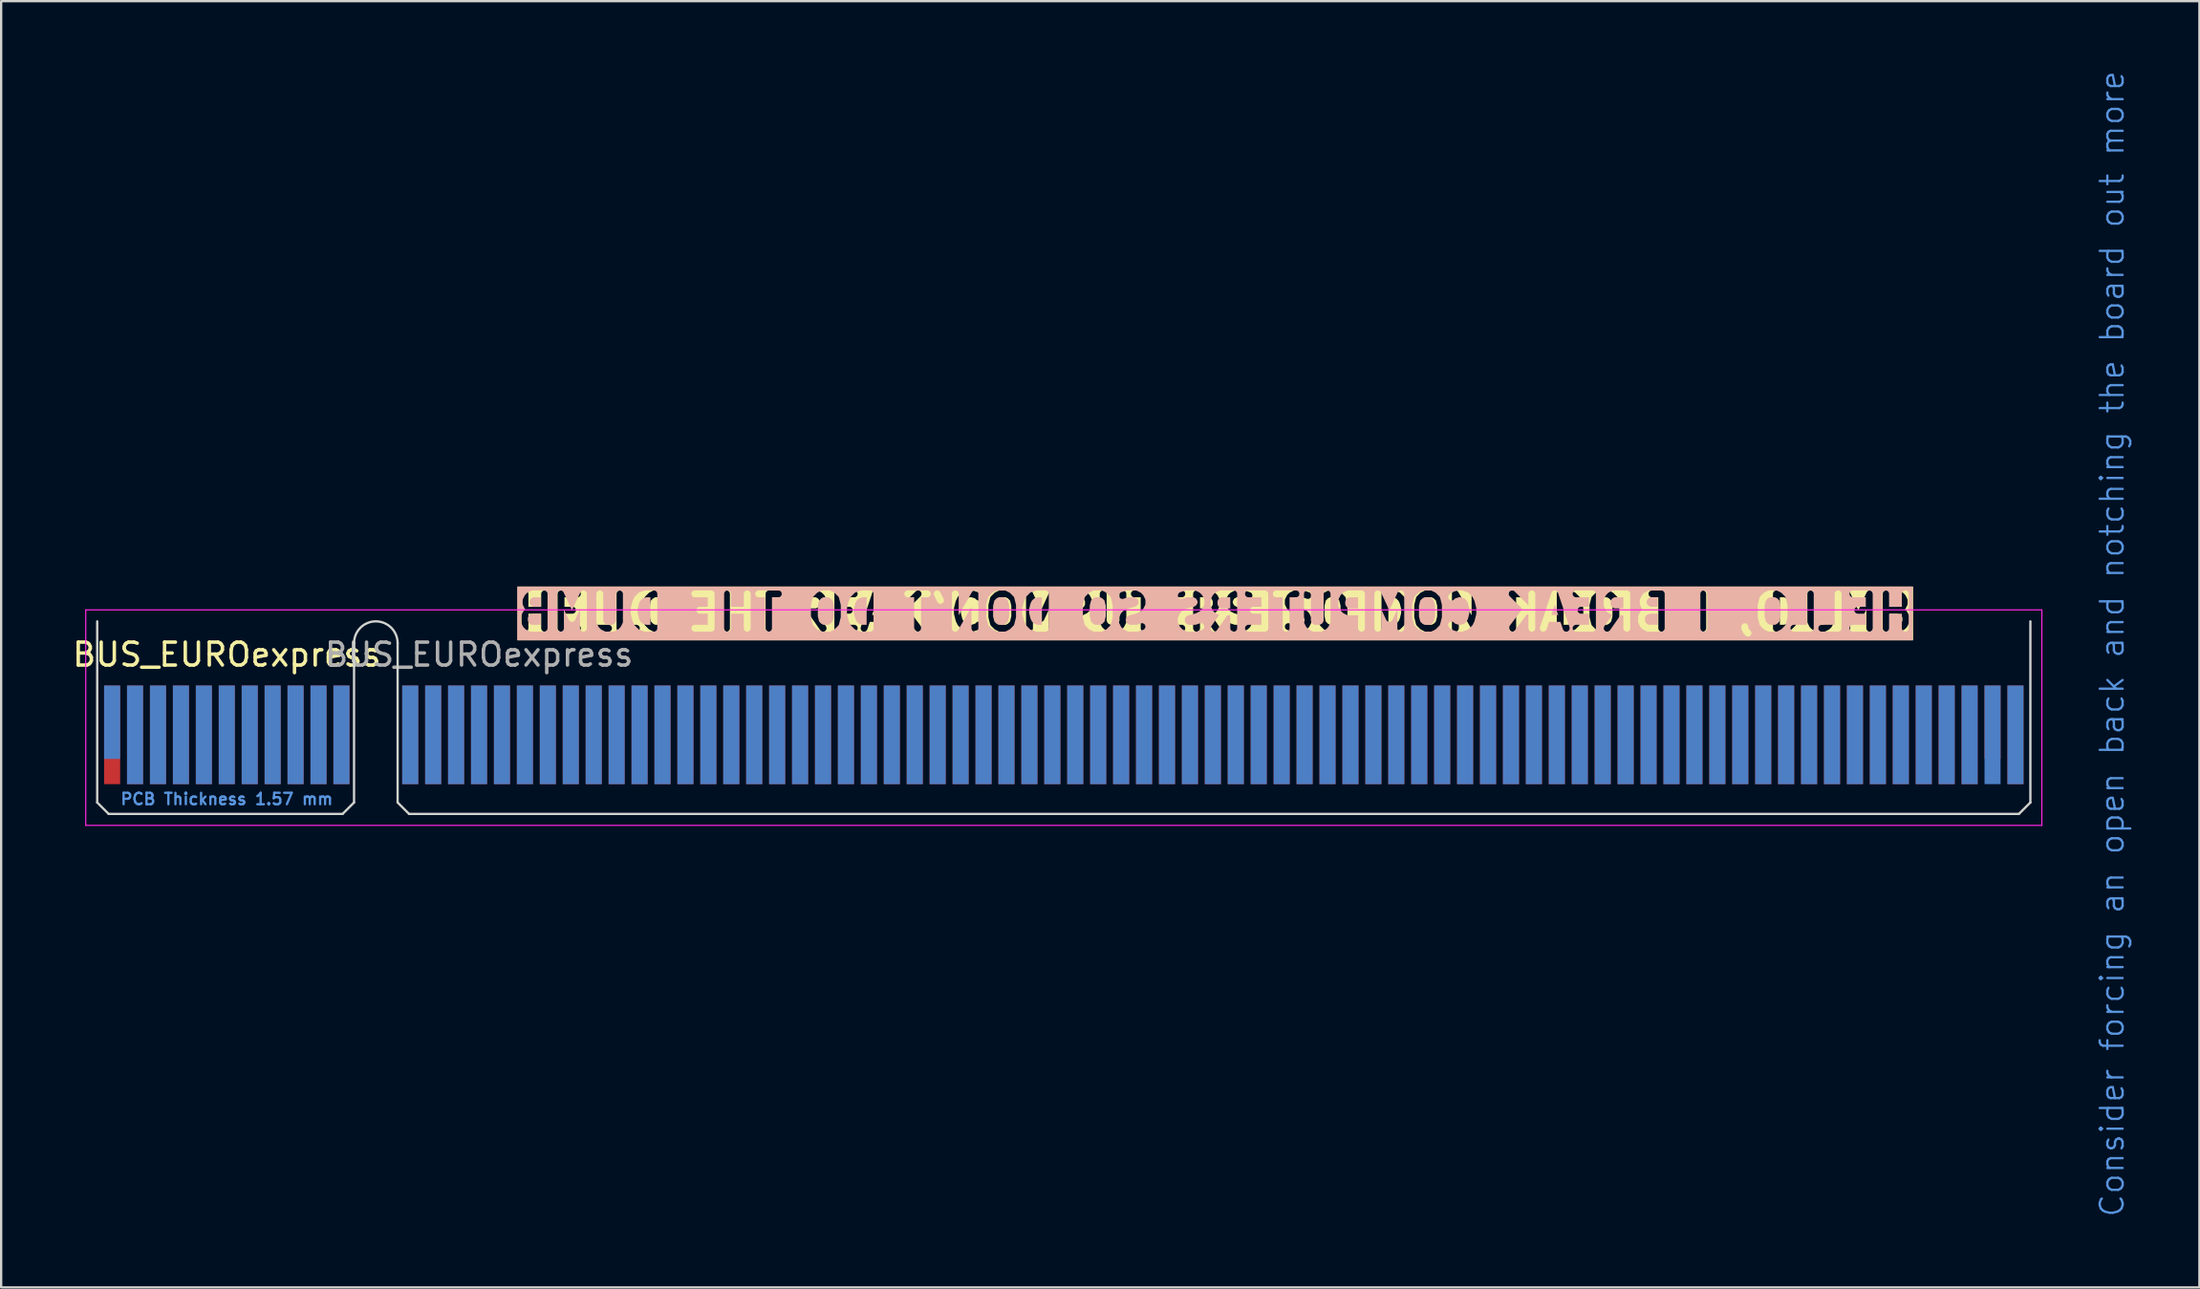
<source format=kicad_pcb>
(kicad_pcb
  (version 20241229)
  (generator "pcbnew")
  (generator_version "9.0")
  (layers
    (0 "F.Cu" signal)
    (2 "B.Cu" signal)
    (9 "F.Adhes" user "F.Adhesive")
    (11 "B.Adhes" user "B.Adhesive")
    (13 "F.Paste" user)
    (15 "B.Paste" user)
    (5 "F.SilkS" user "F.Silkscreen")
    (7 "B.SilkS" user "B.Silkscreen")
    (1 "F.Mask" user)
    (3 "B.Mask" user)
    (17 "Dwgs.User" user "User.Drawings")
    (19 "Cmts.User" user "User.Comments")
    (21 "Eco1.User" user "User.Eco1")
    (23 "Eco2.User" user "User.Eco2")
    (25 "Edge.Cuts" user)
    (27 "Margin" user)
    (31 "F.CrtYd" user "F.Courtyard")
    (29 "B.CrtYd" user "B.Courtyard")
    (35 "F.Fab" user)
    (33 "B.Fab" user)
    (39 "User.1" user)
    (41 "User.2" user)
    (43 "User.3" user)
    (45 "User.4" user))
  (footprint "BUS_EUROexpress"
    (layer "F.Cu")
    (at 1.839 29)
    (property "Reference" "BUS_EUROexpress" (at 5 -3.5 0) (layer "F.SilkS") (effects (font (size 1 1) (thickness 0.15))))
    (attr exclude_from_pos_files exclude_from_bom)
    (fp_line (start -0.65 -4.95) (end -0.65 2.95) (stroke (width 0.1) (type solid)) (layer "Edge.Cuts"))
    (fp_line (start -0.65 2.95) (end -0.15 3.45) (stroke (width 0.1) (type solid)) (layer "Edge.Cuts"))
    (fp_line (start -0.15 3.45) (end 10.05 3.45) (stroke (width 0.1) (type solid)) (layer "Edge.Cuts"))
    (fp_line (start 10.55 -4) (end 10.55 2.95) (stroke (width 0.1) (type solid)) (layer "Edge.Cuts"))
    (fp_line (start 10.55 2.95) (end 10.05 3.45) (stroke (width 0.1) (type solid)) (layer "Edge.Cuts"))
    (fp_line (start 12.45 -4) (end 12.45 2.95) (stroke (width 0.1) (type solid)) (layer "Edge.Cuts"))
    (fp_line (start 12.45 2.95) (end 12.95 3.45) (stroke (width 0.1) (type solid)) (layer "Edge.Cuts"))
    (fp_line (start 12.95 3.45) (end 83.15 3.45) (stroke (width 0.1) (type solid)) (layer "Edge.Cuts"))
    (fp_line (start 83.65 -4.95) (end 83.65 2.95) (stroke (width 0.1) (type solid)) (layer "Edge.Cuts"))
    (fp_line (start 83.65 2.95) (end 83.15 3.45) (stroke (width 0.1) (type solid)) (layer "Edge.Cuts"))
    (fp_arc (start 10.55 -4) (mid 11.5 -4.95) (end 12.45 -4) (stroke (width 0.1) (type solid)) (layer "Edge.Cuts"))
    (fp_line (start -1.15 -5.45) (end -1.15 3.95) (stroke (width 0.05) (type solid)) (layer "F.CrtYd"))
    (fp_line (start -1.15 -5.45) (end 84.15 -5.45) (stroke (width 0.05) (type solid)) (layer "F.CrtYd"))
    (fp_line (start 84.15 3.95) (end -1.15 3.95) (stroke (width 0.05) (type solid)) (layer "F.CrtYd"))
    (fp_line (start 84.15 3.95) (end 84.15 -5.45) (stroke (width 0.05) (type solid)) (layer "F.CrtYd"))
    (fp_text user "HELLO, I BREAK COMPUTERS SO DON'T DO THE DUMB" (at 17.45 -4.45 0) (unlocked yes) (layer "F.SilkS" knockout) (effects (font (size 1.5 1.5) (thickness 0.3) (bold yes)) (justify left bottom)))
    (fp_text user "HELLO, I BREAK COMPUTERS SO DON'T DO THE DUMB" (at 78.75 -4.45 0) (unlocked yes) (layer "B.SilkS" knockout) (effects (font (size 1.5 1.5) (thickness 0.3) (bold yes)) (justify left bottom mirror)))
    (fp_text user "PCB Thickness 1.57 mm" (at 5 2.8 180) (layer "Cmts.User") (effects (font (size 0.5 0.5) (thickness 0.1))))
    (fp_text user "Consider forcing an open back and notching the board out more" (at 87.8 21.1 90) (unlocked yes) (layer "Cmts.User") (effects (font (size 1 1) (thickness 0.1)) (justify left bottom)))
    (fp_text user "${REFERENCE}" (at 16 -3.5 0) (layer "F.Fab") (effects (font (size 1 1) (thickness 0.15))))
    (pad "A1" connect rect (at 0 -0.55) (size 0.7 3.2) (layers "B.Cu" "B.Mask"))
    (pad "A2" connect rect (at 1 0) (size 0.7 4.3) (layers "B.Cu" "B.Mask"))
    (pad "A3" connect rect (at 2 0) (size 0.7 4.3) (layers "B.Cu" "B.Mask"))
    (pad "A4" connect rect (at 3 0) (size 0.7 4.3) (layers "B.Cu" "B.Mask"))
    (pad "A5" connect rect (at 4 0) (size 0.7 4.3) (layers "B.Cu" "B.Mask"))
    (pad "A6" connect rect (at 5 0) (size 0.7 4.3) (layers "B.Cu" "B.Mask"))
    (pad "A7" connect rect (at 6 0) (size 0.7 4.3) (layers "B.Cu" "B.Mask"))
    (pad "A8" connect rect (at 7 0) (size 0.7 4.3) (layers "B.Cu" "B.Mask"))
    (pad "A9" connect rect (at 8 0) (size 0.7 4.3) (layers "B.Cu" "B.Mask"))
    (pad "A10" connect rect (at 9 0) (size 0.7 4.3) (layers "B.Cu" "B.Mask"))
    (pad "A11" connect rect (at 10 0) (size 0.7 4.3) (layers "B.Cu" "B.Mask"))
    (pad "A12" connect rect (at 13 0) (size 0.7 4.3) (layers "B.Cu" "B.Mask"))
    (pad "A13" connect rect (at 14 0) (size 0.7 4.3) (layers "B.Cu" "B.Mask"))
    (pad "A14" connect rect (at 15 0) (size 0.7 4.3) (layers "B.Cu" "B.Mask"))
    (pad "A15" connect rect (at 16 0) (size 0.7 4.3) (layers "B.Cu" "B.Mask"))
    (pad "A16" connect rect (at 17 0) (size 0.7 4.3) (layers "B.Cu" "B.Mask"))
    (pad "A17" connect rect (at 18 0) (size 0.7 4.3) (layers "B.Cu" "B.Mask"))
    (pad "A18" connect rect (at 19 0) (size 0.7 4.3) (layers "B.Cu" "B.Mask"))
    (pad "A19" connect rect (at 20 0) (size 0.7 4.3) (layers "B.Cu" "B.Mask"))
    (pad "A20" connect rect (at 21 0) (size 0.7 4.3) (layers "B.Cu" "B.Mask"))
    (pad "A21" connect rect (at 22 0) (size 0.7 4.3) (layers "B.Cu" "B.Mask"))
    (pad "A22" connect rect (at 23 0) (size 0.7 4.3) (layers "B.Cu" "B.Mask"))
    (pad "A23" connect rect (at 24 0) (size 0.7 4.3) (layers "B.Cu" "B.Mask"))
    (pad "A24" connect rect (at 25 0) (size 0.7 4.3) (layers "B.Cu" "B.Mask"))
    (pad "A25" connect rect (at 26 0) (size 0.7 4.3) (layers "B.Cu" "B.Mask"))
    (pad "A26" connect rect (at 27 0) (size 0.7 4.3) (layers "B.Cu" "B.Mask"))
    (pad "A27" connect rect (at 28 0) (size 0.7 4.3) (layers "B.Cu" "B.Mask"))
    (pad "A28" connect rect (at 29 0) (size 0.7 4.3) (layers "B.Cu" "B.Mask"))
    (pad "A29" connect rect (at 30 0) (size 0.7 4.3) (layers "B.Cu" "B.Mask"))
    (pad "A30" connect rect (at 31 0) (size 0.7 4.3) (layers "B.Cu" "B.Mask"))
    (pad "A31" connect rect (at 32 0) (size 0.7 4.3) (layers "B.Cu" "B.Mask"))
    (pad "A32" connect rect (at 33 0) (size 0.7 4.3) (layers "B.Cu" "B.Mask"))
    (pad "A33" connect rect (at 34 0) (size 0.7 4.3) (layers "B.Cu" "B.Mask"))
    (pad "A34" connect rect (at 35 0) (size 0.7 4.3) (layers "B.Cu" "B.Mask"))
    (pad "A35" connect rect (at 36 0) (size 0.7 4.3) (layers "B.Cu" "B.Mask"))
    (pad "A36" connect rect (at 37 0) (size 0.7 4.3) (layers "B.Cu" "B.Mask"))
    (pad "A37" connect rect (at 38 0) (size 0.7 4.3) (layers "B.Cu" "B.Mask"))
    (pad "A38" connect rect (at 39 0) (size 0.7 4.3) (layers "B.Cu" "B.Mask"))
    (pad "A39" connect rect (at 40 0) (size 0.7 4.3) (layers "B.Cu" "B.Mask"))
    (pad "A40" connect rect (at 41 0) (size 0.7 4.3) (layers "B.Cu" "B.Mask"))
    (pad "A41" connect rect (at 42 0) (size 0.7 4.3) (layers "B.Cu" "B.Mask"))
    (pad "A42" connect rect (at 43 0) (size 0.7 4.3) (layers "B.Cu" "B.Mask"))
    (pad "A43" connect rect (at 44 0) (size 0.7 4.3) (layers "B.Cu" "B.Mask"))
    (pad "A44" connect rect (at 45 0) (size 0.7 4.3) (layers "B.Cu" "B.Mask"))
    (pad "A45" connect rect (at 46 0) (size 0.7 4.3) (layers "B.Cu" "B.Mask"))
    (pad "A46" connect rect (at 47 0) (size 0.7 4.3) (layers "B.Cu" "B.Mask"))
    (pad "A47" connect rect (at 48 0) (size 0.7 4.3) (layers "B.Cu" "B.Mask"))
    (pad "A48" connect rect (at 49 0) (size 0.7 4.3) (layers "B.Cu" "B.Mask"))
    (pad "A49" connect rect (at 50 0) (size 0.7 4.3) (layers "B.Cu" "B.Mask"))
    (pad "A50" connect rect (at 51 0) (size 0.7 4.3) (layers "B.Cu" "B.Mask"))
    (pad "A51" connect rect (at 52 0) (size 0.7 4.3) (layers "B.Cu" "B.Mask"))
    (pad "A52" connect rect (at 53 0) (size 0.7 4.3) (layers "B.Cu" "B.Mask"))
    (pad "A53" connect rect (at 54 0) (size 0.7 4.3) (layers "B.Cu" "B.Mask"))
    (pad "A54" connect rect (at 55 0) (size 0.7 4.3) (layers "B.Cu" "B.Mask"))
    (pad "A55" connect rect (at 56 0) (size 0.7 4.3) (layers "B.Cu" "B.Mask"))
    (pad "A56" connect rect (at 57 0) (size 0.7 4.3) (layers "B.Cu" "B.Mask"))
    (pad "A57" connect rect (at 58 0) (size 0.7 4.3) (layers "B.Cu" "B.Mask"))
    (pad "A58" connect rect (at 59 0) (size 0.7 4.3) (layers "B.Cu" "B.Mask"))
    (pad "A59" connect rect (at 60 0) (size 0.7 4.3) (layers "B.Cu" "B.Mask"))
    (pad "A60" connect rect (at 61 0) (size 0.7 4.3) (layers "B.Cu" "B.Mask"))
    (pad "A61" connect rect (at 62 0) (size 0.7 4.3) (layers "B.Cu" "B.Mask"))
    (pad "A62" connect rect (at 63 0) (size 0.7 4.3) (layers "B.Cu" "B.Mask"))
    (pad "A63" connect rect (at 64 0) (size 0.7 4.3) (layers "B.Cu" "B.Mask"))
    (pad "A64" connect rect (at 65 0) (size 0.7 4.3) (layers "B.Cu" "B.Mask"))
    (pad "A65" connect rect (at 66 0) (size 0.7 4.3) (layers "B.Cu" "B.Mask"))
    (pad "A66" connect rect (at 67 0) (size 0.7 4.3) (layers "B.Cu" "B.Mask"))
    (pad "A67" connect rect (at 68 0) (size 0.7 4.3) (layers "B.Cu" "B.Mask"))
    (pad "A68" connect rect (at 69 0) (size 0.7 4.3) (layers "B.Cu" "B.Mask"))
    (pad "A69" connect rect (at 70 0) (size 0.7 4.3) (layers "B.Cu" "B.Mask"))
    (pad "A70" connect rect (at 71 0) (size 0.7 4.3) (layers "B.Cu" "B.Mask"))
    (pad "A71" connect rect (at 72 0) (size 0.7 4.3) (layers "B.Cu" "B.Mask"))
    (pad "A72" connect rect (at 73 0) (size 0.7 4.3) (layers "B.Cu" "B.Mask"))
    (pad "A73" connect rect (at 74 0) (size 0.7 4.3) (layers "B.Cu" "B.Mask"))
    (pad "A74" connect rect (at 75 0) (size 0.7 4.3) (layers "B.Cu" "B.Mask"))
    (pad "A75" connect rect (at 76 0) (size 0.7 4.3) (layers "B.Cu" "B.Mask"))
    (pad "A76" connect rect (at 77 0) (size 0.7 4.3) (layers "B.Cu" "B.Mask"))
    (pad "A77" connect rect (at 78 0) (size 0.7 4.3) (layers "B.Cu" "B.Mask"))
    (pad "A78" connect rect (at 79 0) (size 0.7 4.3) (layers "B.Cu" "B.Mask"))
    (pad "A79" connect rect (at 80 0) (size 0.7 4.3) (layers "B.Cu" "B.Mask"))
    (pad "A80" connect rect (at 81 0) (size 0.7 4.3) (layers "B.Cu" "B.Mask"))
    (pad "A81" connect rect (at 82 0) (size 0.7 4.3) (layers "B.Cu" "B.Mask"))
    (pad "A82" connect rect (at 83 0) (size 0.7 4.3) (layers "B.Cu" "B.Mask"))
    (pad "B1" connect rect (at 0 0) (size 0.7 4.3) (layers "F.Cu" "F.Mask"))
    (pad "B2" connect rect (at 1 0) (size 0.7 4.3) (layers "F.Cu" "F.Mask"))
    (pad "B3" connect rect (at 2 0) (size 0.7 4.3) (layers "F.Cu" "F.Mask"))
    (pad "B4" connect rect (at 3 0) (size 0.7 4.3) (layers "F.Cu" "F.Mask"))
    (pad "B5" connect rect (at 4 0) (size 0.7 4.3) (layers "F.Cu" "F.Mask"))
    (pad "B6" connect rect (at 5 0) (size 0.7 4.3) (layers "F.Cu" "F.Mask"))
    (pad "B7" connect rect (at 6 0) (size 0.7 4.3) (layers "F.Cu" "F.Mask"))
    (pad "B8" connect rect (at 7 0) (size 0.7 4.3) (layers "F.Cu" "F.Mask"))
    (pad "B9" connect rect (at 8 0) (size 0.7 4.3) (layers "F.Cu" "F.Mask"))
    (pad "B10" connect rect (at 9 0) (size 0.7 4.3) (layers "F.Cu" "F.Mask"))
    (pad "B11" connect rect (at 10 0) (size 0.7 4.3) (layers "F.Cu" "F.Mask"))
    (pad "B12" connect rect (at 13 0) (size 0.7 4.3) (layers "F.Cu" "F.Mask"))
    (pad "B13" connect rect (at 14 0) (size 0.7 4.3) (layers "F.Cu" "F.Mask"))
    (pad "B14" connect rect (at 15 0) (size 0.7 4.3) (layers "F.Cu" "F.Mask"))
    (pad "B15" connect rect (at 16 0) (size 0.7 4.3) (layers "F.Cu" "F.Mask"))
    (pad "B16" connect rect (at 17 0) (size 0.7 4.3) (layers "F.Cu" "F.Mask"))
    (pad "B17" connect rect (at 18 0) (size 0.7 4.3) (layers "F.Cu" "F.Mask"))
    (pad "B18" connect rect (at 19 0) (size 0.7 4.3) (layers "F.Cu" "F.Mask"))
    (pad "B19" connect rect (at 20 0) (size 0.7 4.3) (layers "F.Cu" "F.Mask"))
    (pad "B20" connect rect (at 21 0) (size 0.7 4.3) (layers "F.Cu" "F.Mask"))
    (pad "B21" connect rect (at 22 0) (size 0.7 4.3) (layers "F.Cu" "F.Mask"))
    (pad "B22" connect rect (at 23 0) (size 0.7 4.3) (layers "F.Cu" "F.Mask"))
    (pad "B23" connect rect (at 24 0) (size 0.7 4.3) (layers "F.Cu" "F.Mask"))
    (pad "B24" connect rect (at 25 0) (size 0.7 4.3) (layers "F.Cu" "F.Mask"))
    (pad "B25" connect rect (at 26 0) (size 0.7 4.3) (layers "F.Cu" "F.Mask"))
    (pad "B26" connect rect (at 27 0) (size 0.7 4.3) (layers "F.Cu" "F.Mask"))
    (pad "B27" connect rect (at 28 0) (size 0.7 4.3) (layers "F.Cu" "F.Mask"))
    (pad "B28" connect rect (at 29 0) (size 0.7 4.3) (layers "F.Cu" "F.Mask"))
    (pad "B29" connect rect (at 30 0) (size 0.7 4.3) (layers "F.Cu" "F.Mask"))
    (pad "B30" connect rect (at 31 0) (size 0.7 4.3) (layers "F.Cu" "F.Mask"))
    (pad "B31" connect rect (at 32 0) (size 0.7 4.3) (layers "F.Cu" "F.Mask"))
    (pad "B32" connect rect (at 33 0) (size 0.7 4.3) (layers "F.Cu" "F.Mask"))
    (pad "B33" connect rect (at 34 0) (size 0.7 4.3) (layers "F.Cu" "F.Mask"))
    (pad "B34" connect rect (at 35 0) (size 0.7 4.3) (layers "F.Cu" "F.Mask"))
    (pad "B35" connect rect (at 36 0) (size 0.7 4.3) (layers "F.Cu" "F.Mask"))
    (pad "B36" connect rect (at 37 0) (size 0.7 4.3) (layers "F.Cu" "F.Mask"))
    (pad "B37" connect rect (at 38 0) (size 0.7 4.3) (layers "F.Cu" "F.Mask"))
    (pad "B38" connect rect (at 39 0) (size 0.7 4.3) (layers "F.Cu" "F.Mask"))
    (pad "B39" connect rect (at 40 0) (size 0.7 4.3) (layers "F.Cu" "F.Mask"))
    (pad "B40" connect rect (at 41 0) (size 0.7 4.3) (layers "F.Cu" "F.Mask"))
    (pad "B41" connect rect (at 42 0) (size 0.7 4.3) (layers "F.Cu" "F.Mask"))
    (pad "B42" connect rect (at 43 0) (size 0.7 4.3) (layers "F.Cu" "F.Mask"))
    (pad "B43" connect rect (at 44 0) (size 0.7 4.3) (layers "F.Cu" "F.Mask"))
    (pad "B44" connect rect (at 45 0) (size 0.7 4.3) (layers "F.Cu" "F.Mask"))
    (pad "B45" connect rect (at 46 0) (size 0.7 4.3) (layers "F.Cu" "F.Mask"))
    (pad "B46" connect rect (at 47 0) (size 0.7 4.3) (layers "F.Cu" "F.Mask"))
    (pad "B47" connect rect (at 48 0) (size 0.7 4.3) (layers "F.Cu" "F.Mask"))
    (pad "B48" connect rect (at 49 0) (size 0.7 4.3) (layers "F.Cu" "F.Mask"))
    (pad "B49" connect rect (at 50 0) (size 0.7 4.3) (layers "F.Cu" "F.Mask"))
    (pad "B50" connect rect (at 51 0) (size 0.7 4.3) (layers "F.Cu" "F.Mask"))
    (pad "B51" connect rect (at 52 0) (size 0.7 4.3) (layers "F.Cu" "F.Mask"))
    (pad "B52" connect rect (at 53 0) (size 0.7 4.3) (layers "F.Cu" "F.Mask"))
    (pad "B53" connect rect (at 54 0) (size 0.7 4.3) (layers "F.Cu" "F.Mask"))
    (pad "B54" connect rect (at 55 0) (size 0.7 4.3) (layers "F.Cu" "F.Mask"))
    (pad "B55" connect rect (at 56 0) (size 0.7 4.3) (layers "F.Cu" "F.Mask"))
    (pad "B56" connect rect (at 57 0) (size 0.7 4.3) (layers "F.Cu" "F.Mask"))
    (pad "B57" connect rect (at 58 0) (size 0.7 4.3) (layers "F.Cu" "F.Mask"))
    (pad "B58" connect rect (at 59 0) (size 0.7 4.3) (layers "F.Cu" "F.Mask"))
    (pad "B59" connect rect (at 60 0) (size 0.7 4.3) (layers "F.Cu" "F.Mask"))
    (pad "B60" connect rect (at 61 0) (size 0.7 4.3) (layers "F.Cu" "F.Mask"))
    (pad "B61" connect rect (at 62 0) (size 0.7 4.3) (layers "F.Cu" "F.Mask"))
    (pad "B62" connect rect (at 63 0) (size 0.7 4.3) (layers "F.Cu" "F.Mask"))
    (pad "B63" connect rect (at 64 0) (size 0.7 4.3) (layers "F.Cu" "F.Mask"))
    (pad "B64" connect rect (at 65 0) (size 0.7 4.3) (layers "F.Cu" "F.Mask"))
    (pad "B65" connect rect (at 66 0) (size 0.7 4.3) (layers "F.Cu" "F.Mask"))
    (pad "B66" connect rect (at 67 0) (size 0.7 4.3) (layers "F.Cu" "F.Mask"))
    (pad "B67" connect rect (at 68 0) (size 0.7 4.3) (layers "F.Cu" "F.Mask"))
    (pad "B68" connect rect (at 69 0) (size 0.7 4.3) (layers "F.Cu" "F.Mask"))
    (pad "B69" connect rect (at 70 0) (size 0.7 4.3) (layers "F.Cu" "F.Mask"))
    (pad "B70" connect rect (at 71 0) (size 0.7 4.3) (layers "F.Cu" "F.Mask"))
    (pad "B71" connect rect (at 72 0) (size 0.7 4.3) (layers "F.Cu" "F.Mask"))
    (pad "B72" connect rect (at 73 0) (size 0.7 4.3) (layers "F.Cu" "F.Mask"))
    (pad "B73" connect rect (at 74 0) (size 0.7 4.3) (layers "F.Cu" "F.Mask"))
    (pad "B74" connect rect (at 75 0) (size 0.7 4.3) (layers "F.Cu" "F.Mask"))
    (pad "B75" connect rect (at 76 0) (size 0.7 4.3) (layers "F.Cu" "F.Mask"))
    (pad "B76" connect rect (at 77 0) (size 0.7 4.3) (layers "F.Cu" "F.Mask"))
    (pad "B77" connect rect (at 78 0) (size 0.7 4.3) (layers "F.Cu" "F.Mask"))
    (pad "B78" connect rect (at 79 0) (size 0.7 4.3) (layers "F.Cu" "F.Mask"))
    (pad "B79" connect rect (at 80 0) (size 0.7 4.3) (layers "F.Cu" "F.Mask"))
    (pad "B80" connect rect (at 81 0) (size 0.7 4.3) (layers "F.Cu" "F.Mask"))
    (pad "B81" connect rect (at 82 -0.55) (size 0.7 3.2) (layers "F.Cu" "F.Mask"))
    (pad "B82" connect rect (at 83 0) (size 0.7 4.3) (layers "F.Cu" "F.Mask")))
  (gr_rect
    (start -3 -3)
    (end 92.86 53.1)
    (stroke (width 0.1) (type default))
    (fill no)
    (layer "Edge.Cuts")))
</source>
